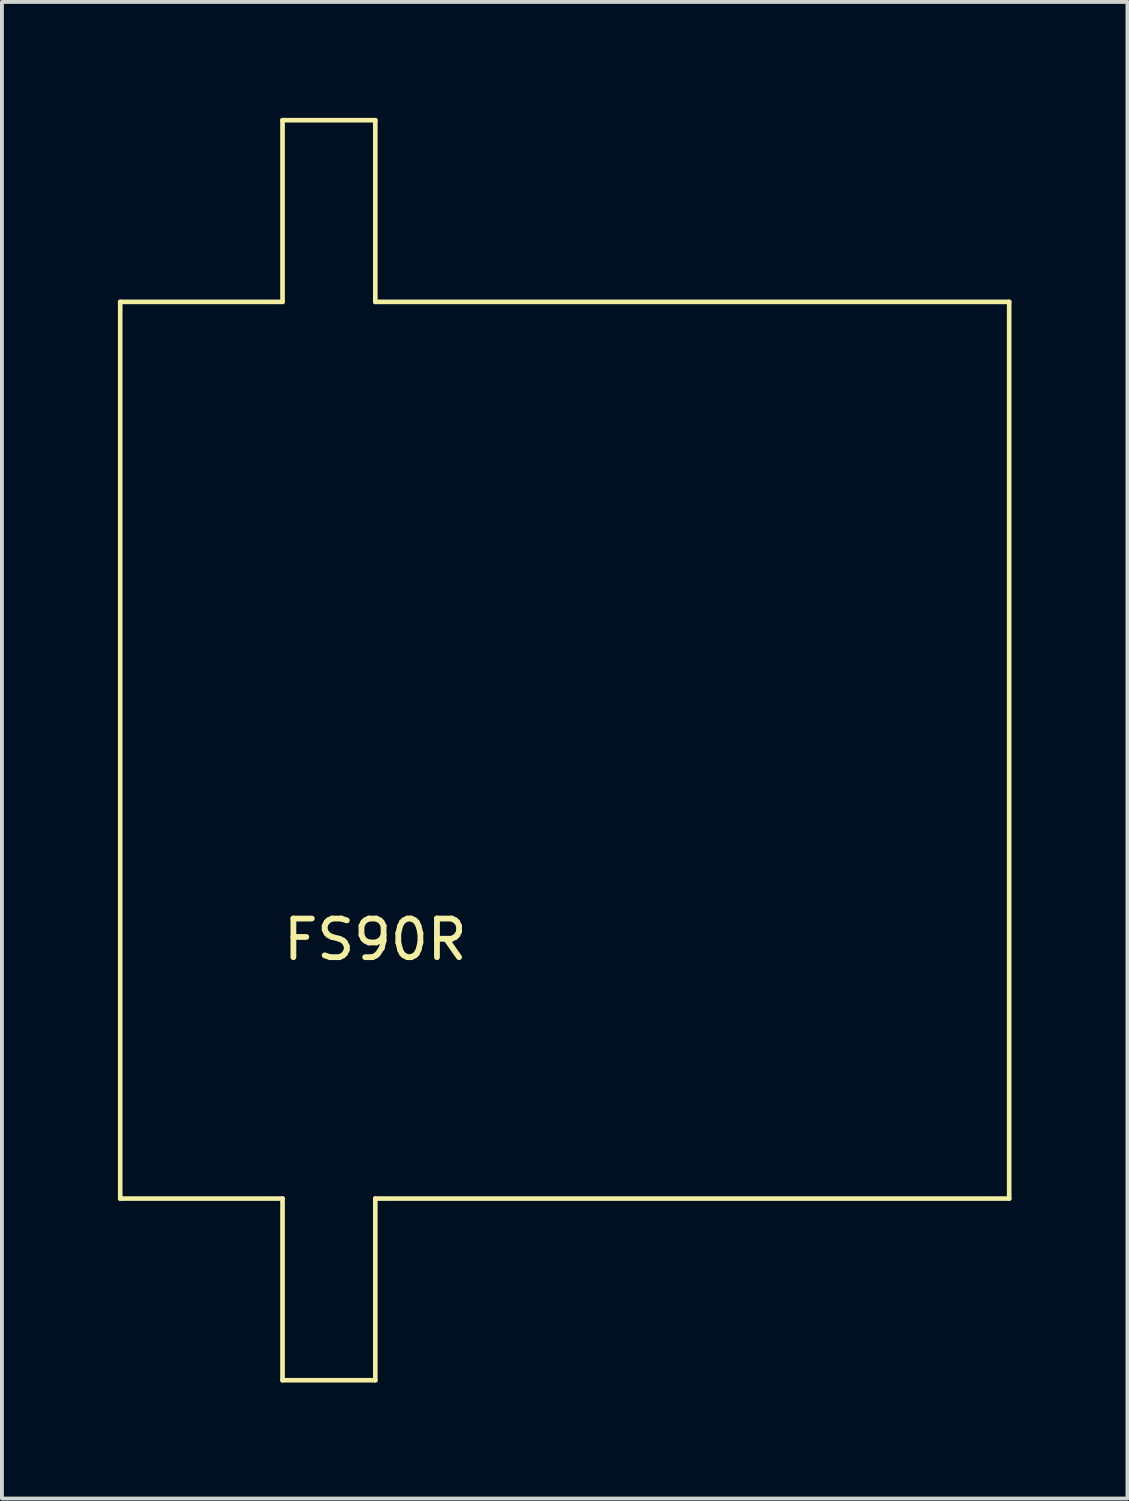
<source format=kicad_pcb>
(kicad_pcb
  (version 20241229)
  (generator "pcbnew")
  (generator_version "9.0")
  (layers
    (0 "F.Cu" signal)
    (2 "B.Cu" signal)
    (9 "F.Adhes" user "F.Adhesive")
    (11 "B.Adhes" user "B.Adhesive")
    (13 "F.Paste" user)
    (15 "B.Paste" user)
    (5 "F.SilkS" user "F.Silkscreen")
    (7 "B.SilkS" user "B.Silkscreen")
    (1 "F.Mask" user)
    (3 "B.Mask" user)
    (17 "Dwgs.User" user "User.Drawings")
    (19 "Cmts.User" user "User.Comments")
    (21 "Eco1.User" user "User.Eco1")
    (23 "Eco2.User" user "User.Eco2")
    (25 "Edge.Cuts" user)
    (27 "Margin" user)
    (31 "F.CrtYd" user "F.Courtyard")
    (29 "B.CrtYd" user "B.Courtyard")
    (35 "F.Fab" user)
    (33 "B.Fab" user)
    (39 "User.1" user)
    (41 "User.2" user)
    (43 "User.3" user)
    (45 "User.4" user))
  (footprint "FS90R"
    (layer "F.Cu")
    (at 6.66 27.96)
    (property "Reference" "FS90R" (at 0 -6.7 0) (layer "F.SilkS") (effects (font (size 1 1) (thickness 0.15))))
    (attr through_hole)
    (fp_line (start -6.6 -23.2) (end -6.6 0) (stroke (width 0.12) (type solid)) (layer "F.SilkS"))
    (fp_line (start -6.6 0) (end -2.4 0) (stroke (width 0.12) (type solid)) (layer "F.SilkS"))
    (fp_line (start -2.4 -27.9) (end -2.4 -23.2) (stroke (width 0.12) (type solid)) (layer "F.SilkS"))
    (fp_line (start -2.4 -23.2) (end -6.6 -23.2) (stroke (width 0.12) (type solid)) (layer "F.SilkS"))
    (fp_line (start -2.4 0) (end -2.4 4.7) (stroke (width 0.12) (type solid)) (layer "F.SilkS"))
    (fp_line (start -2.4 4.7) (end 0 4.7) (stroke (width 0.12) (type solid)) (layer "F.SilkS"))
    (fp_line (start 0 -27.9) (end -2.4 -27.9) (stroke (width 0.12) (type solid)) (layer "F.SilkS"))
    (fp_line (start 0 -23.2) (end 0 -27.9) (stroke (width 0.12) (type solid)) (layer "F.SilkS"))
    (fp_line (start 0 0) (end 16.4 0) (stroke (width 0.12) (type solid)) (layer "F.SilkS"))
    (fp_line (start 0 4.7) (end 0 0) (stroke (width 0.12) (type solid)) (layer "F.SilkS"))
    (fp_line (start 16.4 -23.2) (end 0 -23.2) (stroke (width 0.12) (type solid)) (layer "F.SilkS"))
    (fp_line (start 16.4 0) (end 16.4 -23.2) (stroke (width 0.12) (type solid)) (layer "F.SilkS")))
  (gr_rect
    (start -3 -3)
    (end 26.12 35.72)
    (stroke (width 0.1) (type default))
    (fill no)
    (layer "Edge.Cuts")))
</source>
